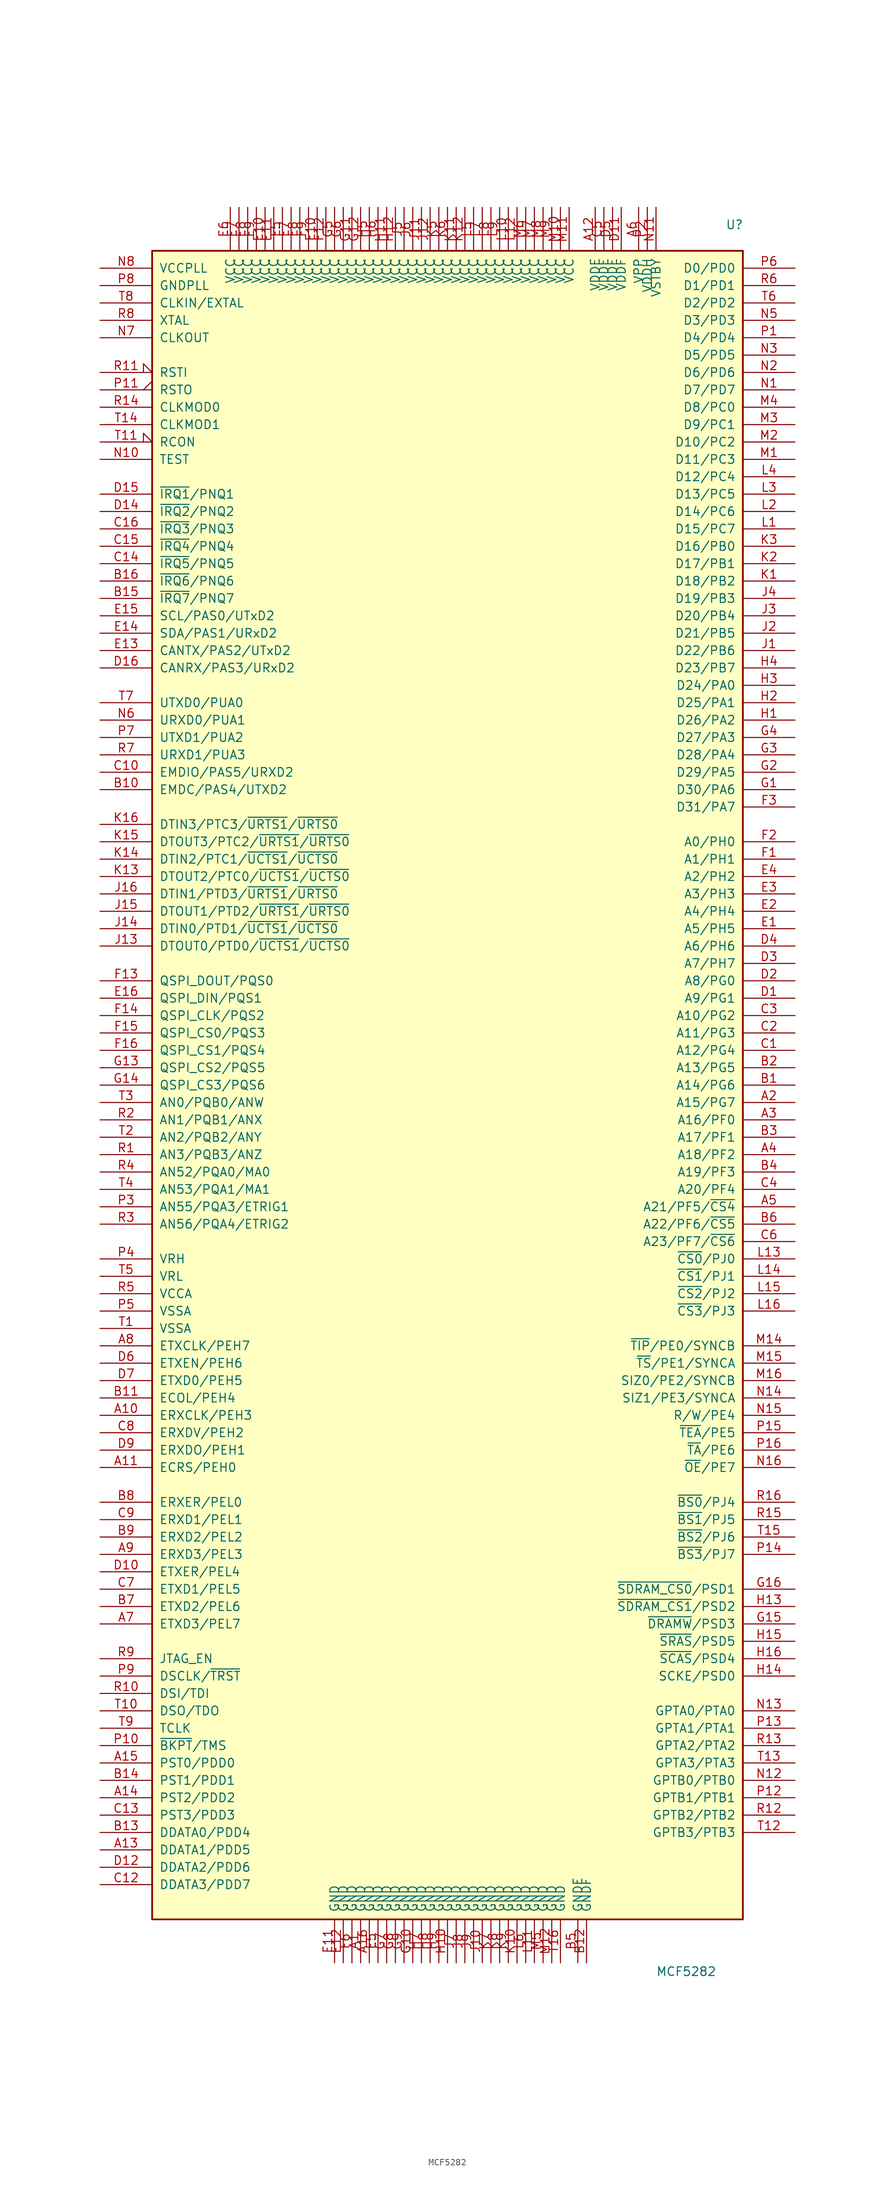
<source format=kicad_sym>
(kicad_symbol_lib
  (version 20241209)
  (generator "kicad_symbol_editor")
  (generator_version "9.0")
  (symbol "MCF5282"
    (pin_names
      (offset 1.016))
    (property "Reference" "U"
      (at 40.64 125.73 0)
      (effects (font (size 1.27 1.27)) (justify left)))
    (property "Value" "MCF5282"
      (at 30.48 -129.54 0)
      (effects (font (size 1.27 1.27)) (justify left)))
    (symbol "MCF5282_0_1"
      (rectangle (start -43.18 121.92) (end 43.18 -121.92) (stroke (width 0.254) (type default)) (fill (type background))))
    (symbol "MCF5282_1_1"
      (pin passive line (at -50.8 119.38 0) (length 7.62) (name "VCCPLL" (effects (font (size 1.27 1.27)))) (number "N8" (effects (font (size 1.27 1.27)))))
      (pin passive line (at -50.8 116.84 0) (length 7.62) (name "GNDPLL" (effects (font (size 1.27 1.27)))) (number "P8" (effects (font (size 1.27 1.27)))))
      (pin input line (at -50.8 114.3 0) (length 7.62) (name "CLKIN/EXTAL" (effects (font (size 1.27 1.27)))) (number "T8" (effects (font (size 1.27 1.27)))))
      (pin output line (at -50.8 111.76 0) (length 7.62) (name "XTAL" (effects (font (size 1.27 1.27)))) (number "R8" (effects (font (size 1.27 1.27)))))
      (pin output line (at -50.8 109.22 0) (length 7.62) (name "CLKOUT" (effects (font (size 1.27 1.27)))) (number "N7" (effects (font (size 1.27 1.27)))))
      (pin input input_low (at -50.8 104.14 0) (length 7.62) (name "RSTI" (effects (font (size 1.27 1.27)))) (number "R11" (effects (font (size 1.27 1.27)))))
      (pin output output_low (at -50.8 101.6 0) (length 7.62) (name "RSTO" (effects (font (size 1.27 1.27)))) (number "P11" (effects (font (size 1.27 1.27)))))
      (pin input line (at -50.8 99.06 0) (length 7.62) (name "CLKMOD0" (effects (font (size 1.27 1.27)))) (number "R14" (effects (font (size 1.27 1.27)))))
      (pin input line (at -50.8 96.52 0) (length 7.62) (name "CLKMOD1" (effects (font (size 1.27 1.27)))) (number "T14" (effects (font (size 1.27 1.27)))))
      (pin input input_low (at -50.8 93.98 0) (length 7.62) (name "RCON" (effects (font (size 1.27 1.27)))) (number "T11" (effects (font (size 1.27 1.27)))))
      (pin input line (at -50.8 91.44 0) (length 7.62) (name "TEST" (effects (font (size 1.27 1.27)))) (number "N10" (effects (font (size 1.27 1.27)))))
      (pin bidirectional line (at -50.8 86.36 0) (length 7.62) (name "~{IRQ1}/PNQ1" (effects (font (size 1.27 1.27)))) (number "D15" (effects (font (size 1.27 1.27)))))
      (pin bidirectional line (at -50.8 83.82 0) (length 7.62) (name "~{IRQ2}/PNQ2" (effects (font (size 1.27 1.27)))) (number "D14" (effects (font (size 1.27 1.27)))))
      (pin bidirectional line (at -50.8 81.28 0) (length 7.62) (name "~{IRQ3}/PNQ3" (effects (font (size 1.27 1.27)))) (number "C16" (effects (font (size 1.27 1.27)))))
      (pin bidirectional line (at -50.8 78.74 0) (length 7.62) (name "~{IRQ4}/PNQ4" (effects (font (size 1.27 1.27)))) (number "C15" (effects (font (size 1.27 1.27)))))
      (pin bidirectional line (at -50.8 76.2 0) (length 7.62) (name "~{IRQ5}/PNQ5" (effects (font (size 1.27 1.27)))) (number "C14" (effects (font (size 1.27 1.27)))))
      (pin bidirectional line (at -50.8 73.66 0) (length 7.62) (name "~{IRQ6}/PNQ6" (effects (font (size 1.27 1.27)))) (number "B16" (effects (font (size 1.27 1.27)))))
      (pin bidirectional line (at -50.8 71.12 0) (length 7.62) (name "~{IRQ7}/PNQ7" (effects (font (size 1.27 1.27)))) (number "B15" (effects (font (size 1.27 1.27)))))
      (pin bidirectional line (at -50.8 68.58 0) (length 7.62) (name "SCL/PAS0/UTxD2" (effects (font (size 1.27 1.27)))) (number "E15" (effects (font (size 1.27 1.27)))))
      (pin bidirectional line (at -50.8 66.04 0) (length 7.62) (name "SDA/PAS1/URxD2" (effects (font (size 1.27 1.27)))) (number "E14" (effects (font (size 1.27 1.27)))))
      (pin bidirectional line (at -50.8 63.5 0) (length 7.62) (name "CANTX/PAS2/UTxD2" (effects (font (size 1.27 1.27)))) (number "E13" (effects (font (size 1.27 1.27)))))
      (pin bidirectional line (at -50.8 60.96 0) (length 7.62) (name "CANRX/PAS3/URxD2" (effects (font (size 1.27 1.27)))) (number "D16" (effects (font (size 1.27 1.27)))))
      (pin bidirectional line (at -50.8 55.88 0) (length 7.62) (name "UTXD0/PUA0" (effects (font (size 1.27 1.27)))) (number "T7" (effects (font (size 1.27 1.27)))))
      (pin bidirectional line (at -50.8 53.34 0) (length 7.62) (name "URXD0/PUA1" (effects (font (size 1.27 1.27)))) (number "N6" (effects (font (size 1.27 1.27)))))
      (pin bidirectional line (at -50.8 50.8 0) (length 7.62) (name "UTXD1/PUA2" (effects (font (size 1.27 1.27)))) (number "P7" (effects (font (size 1.27 1.27)))))
      (pin bidirectional line (at -50.8 48.26 0) (length 7.62) (name "URXD1/PUA3" (effects (font (size 1.27 1.27)))) (number "R7" (effects (font (size 1.27 1.27)))))
      (pin bidirectional line (at -50.8 45.72 0) (length 7.62) (name "EMDIO/PAS5/URXD2" (effects (font (size 1.27 1.27)))) (number "C10" (effects (font (size 1.27 1.27)))))
      (pin input line (at -50.8 43.18 0) (length 7.62) (name "EMDC/PAS4/UTXD2" (effects (font (size 1.27 1.27)))) (number "B10" (effects (font (size 1.27 1.27)))))
      (pin bidirectional line (at -50.8 38.1 0) (length 7.62) (name "DTIN3/PTC3/~{URTS1}/~{URTS0}" (effects (font (size 1.27 1.27)))) (number "K16" (effects (font (size 1.27 1.27)))))
      (pin bidirectional line (at -50.8 35.56 0) (length 7.62) (name "DTOUT3/PTC2/~{URTS1}/~{URTS0}" (effects (font (size 1.27 1.27)))) (number "K15" (effects (font (size 1.27 1.27)))))
      (pin bidirectional line (at -50.8 33.02 0) (length 7.62) (name "DTIN2/PTC1/~{UCTS1}/~{UCTS0}" (effects (font (size 1.27 1.27)))) (number "K14" (effects (font (size 1.27 1.27)))))
      (pin bidirectional line (at -50.8 30.48 0) (length 7.62) (name "DTOUT2/PTC0/~{UCTS1}/~{UCTS0}" (effects (font (size 1.27 1.27)))) (number "K13" (effects (font (size 1.27 1.27)))))
      (pin bidirectional line (at -50.8 27.94 0) (length 7.62) (name "DTIN1/PTD3/~{URTS1}/~{URTS0}" (effects (font (size 1.27 1.27)))) (number "J16" (effects (font (size 1.27 1.27)))))
      (pin bidirectional line (at -50.8 25.4 0) (length 7.62) (name "DTOUT1/PTD2/~{URTS1}/~{URTS0}" (effects (font (size 1.27 1.27)))) (number "J15" (effects (font (size 1.27 1.27)))))
      (pin bidirectional line (at -50.8 22.86 0) (length 7.62) (name "DTIN0/PTD1/~{UCTS1}/~{UCTS0}" (effects (font (size 1.27 1.27)))) (number "J14" (effects (font (size 1.27 1.27)))))
      (pin input line (at -50.8 20.32 0) (length 7.62) (name "DTOUT0/PTD0/~{UCTS1}/~{UCTS0}" (effects (font (size 1.27 1.27)))) (number "J13" (effects (font (size 1.27 1.27)))))
      (pin bidirectional line (at -50.8 15.24 0) (length 7.62) (name "QSPI_DOUT/PQS0" (effects (font (size 1.27 1.27)))) (number "F13" (effects (font (size 1.27 1.27)))))
      (pin bidirectional line (at -50.8 12.7 0) (length 7.62) (name "QSPI_DIN/PQS1" (effects (font (size 1.27 1.27)))) (number "E16" (effects (font (size 1.27 1.27)))))
      (pin bidirectional line (at -50.8 10.16 0) (length 7.62) (name "QSPI_CLK/PQS2" (effects (font (size 1.27 1.27)))) (number "F14" (effects (font (size 1.27 1.27)))))
      (pin bidirectional line (at -50.8 7.62 0) (length 7.62) (name "QSPI_CS0/PQS3" (effects (font (size 1.27 1.27)))) (number "F15" (effects (font (size 1.27 1.27)))))
      (pin bidirectional line (at -50.8 5.08 0) (length 7.62) (name "QSPI_CS1/PQS4" (effects (font (size 1.27 1.27)))) (number "F16" (effects (font (size 1.27 1.27)))))
      (pin bidirectional line (at -50.8 2.54 0) (length 7.62) (name "QSPI_CS2/PQS5" (effects (font (size 1.27 1.27)))) (number "G13" (effects (font (size 1.27 1.27)))))
      (pin bidirectional line (at -50.8 0 0) (length 7.62) (name "QSPI_CS3/PQS6" (effects (font (size 1.27 1.27)))) (number "G14" (effects (font (size 1.27 1.27)))))
      (pin bidirectional line (at -50.8 -2.54 0) (length 7.62) (name "AN0/PQB0/ANW" (effects (font (size 1.27 1.27)))) (number "T3" (effects (font (size 1.27 1.27)))))
      (pin bidirectional line (at -50.8 -5.08 0) (length 7.62) (name "AN1/PQB1/ANX" (effects (font (size 1.27 1.27)))) (number "R2" (effects (font (size 1.27 1.27)))))
      (pin bidirectional line (at -50.8 -7.62 0) (length 7.62) (name "AN2/PQB2/ANY" (effects (font (size 1.27 1.27)))) (number "T2" (effects (font (size 1.27 1.27)))))
      (pin bidirectional line (at -50.8 -10.16 0) (length 7.62) (name "AN3/PQB3/ANZ" (effects (font (size 1.27 1.27)))) (number "R1" (effects (font (size 1.27 1.27)))))
      (pin bidirectional line (at -50.8 -12.7 0) (length 7.62) (name "AN52/PQA0/MA0" (effects (font (size 1.27 1.27)))) (number "R4" (effects (font (size 1.27 1.27)))))
      (pin bidirectional line (at -50.8 -15.24 0) (length 7.62) (name "AN53/PQA1/MA1" (effects (font (size 1.27 1.27)))) (number "T4" (effects (font (size 1.27 1.27)))))
      (pin bidirectional line (at -50.8 -17.78 0) (length 7.62) (name "AN55/PQA3/ETRIG1" (effects (font (size 1.27 1.27)))) (number "P3" (effects (font (size 1.27 1.27)))))
      (pin bidirectional line (at -50.8 -20.32 0) (length 7.62) (name "AN56/PQA4/ETRIG2" (effects (font (size 1.27 1.27)))) (number "R3" (effects (font (size 1.27 1.27)))))
      (pin input line (at -50.8 -25.4 0) (length 7.62) (name "VRH" (effects (font (size 1.27 1.27)))) (number "P4" (effects (font (size 1.27 1.27)))))
      (pin input line (at -50.8 -27.94 0) (length 7.62) (name "VRL" (effects (font (size 1.27 1.27)))) (number "T5" (effects (font (size 1.27 1.27)))))
      (pin input line (at -50.8 -30.48 0) (length 7.62) (name "VCCA" (effects (font (size 1.27 1.27)))) (number "R5" (effects (font (size 1.27 1.27)))))
      (pin input line (at -50.8 -33.02 0) (length 7.62) (name "VSSA" (effects (font (size 1.27 1.27)))) (number "P5" (effects (font (size 1.27 1.27)))))
      (pin input line (at -50.8 -35.56 0) (length 7.62) (name "VSSA" (effects (font (size 1.27 1.27)))) (number "T1" (effects (font (size 1.27 1.27)))))
      (pin bidirectional line (at -50.8 -38.1 0) (length 7.62) (name "ETXCLK/PEH7" (effects (font (size 1.27 1.27)))) (number "A8" (effects (font (size 1.27 1.27)))))
      (pin bidirectional line (at -50.8 -40.64 0) (length 7.62) (name "ETXEN/PEH6" (effects (font (size 1.27 1.27)))) (number "D6" (effects (font (size 1.27 1.27)))))
      (pin bidirectional line (at -50.8 -43.18 0) (length 7.62) (name "ETXD0/PEH5" (effects (font (size 1.27 1.27)))) (number "D7" (effects (font (size 1.27 1.27)))))
      (pin bidirectional line (at -50.8 -45.72 0) (length 7.62) (name "ECOL/PEH4" (effects (font (size 1.27 1.27)))) (number "B11" (effects (font (size 1.27 1.27)))))
      (pin bidirectional line (at -50.8 -48.26 0) (length 7.62) (name "ERXCLK/PEH3" (effects (font (size 1.27 1.27)))) (number "A10" (effects (font (size 1.27 1.27)))))
      (pin bidirectional line (at -50.8 -50.8 0) (length 7.62) (name "ERXDV/PEH2" (effects (font (size 1.27 1.27)))) (number "C8" (effects (font (size 1.27 1.27)))))
      (pin bidirectional line (at -50.8 -53.34 0) (length 7.62) (name "ERXDO/PEH1" (effects (font (size 1.27 1.27)))) (number "D9" (effects (font (size 1.27 1.27)))))
      (pin bidirectional line (at -50.8 -55.88 0) (length 7.62) (name "ECRS/PEH0" (effects (font (size 1.27 1.27)))) (number "A11" (effects (font (size 1.27 1.27)))))
      (pin bidirectional line (at -50.8 -60.96 0) (length 7.62) (name "ERXER/PEL0" (effects (font (size 1.27 1.27)))) (number "B8" (effects (font (size 1.27 1.27)))))
      (pin bidirectional line (at -50.8 -63.5 0) (length 7.62) (name "ERXD1/PEL1" (effects (font (size 1.27 1.27)))) (number "C9" (effects (font (size 1.27 1.27)))))
      (pin bidirectional line (at -50.8 -66.04 0) (length 7.62) (name "ERXD2/PEL2" (effects (font (size 1.27 1.27)))) (number "B9" (effects (font (size 1.27 1.27)))))
      (pin bidirectional line (at -50.8 -68.58 0) (length 7.62) (name "ERXD3/PEL3" (effects (font (size 1.27 1.27)))) (number "A9" (effects (font (size 1.27 1.27)))))
      (pin bidirectional line (at -50.8 -71.12 0) (length 7.62) (name "ETXER/PEL4" (effects (font (size 1.27 1.27)))) (number "D10" (effects (font (size 1.27 1.27)))))
      (pin bidirectional line (at -50.8 -73.66 0) (length 7.62) (name "ETXD1/PEL5" (effects (font (size 1.27 1.27)))) (number "C7" (effects (font (size 1.27 1.27)))))
      (pin bidirectional line (at -50.8 -76.2 0) (length 7.62) (name "ETXD2/PEL6" (effects (font (size 1.27 1.27)))) (number "B7" (effects (font (size 1.27 1.27)))))
      (pin bidirectional line (at -50.8 -78.74 0) (length 7.62) (name "ETXD3/PEL7" (effects (font (size 1.27 1.27)))) (number "A7" (effects (font (size 1.27 1.27)))))
      (pin input line (at -50.8 -83.82 0) (length 7.62) (name "JTAG_EN" (effects (font (size 1.27 1.27)))) (number "R9" (effects (font (size 1.27 1.27)))))
      (pin input line (at -50.8 -86.36 0) (length 7.62) (name "DSCLK/~{TRST}" (effects (font (size 1.27 1.27)))) (number "P9" (effects (font (size 1.27 1.27)))))
      (pin input line (at -50.8 -88.9 0) (length 7.62) (name "DSI/TDI" (effects (font (size 1.27 1.27)))) (number "R10" (effects (font (size 1.27 1.27)))))
      (pin output line (at -50.8 -91.44 0) (length 7.62) (name "DSO/TDO" (effects (font (size 1.27 1.27)))) (number "T10" (effects (font (size 1.27 1.27)))))
      (pin input line (at -50.8 -93.98 0) (length 7.62) (name "TCLK" (effects (font (size 1.27 1.27)))) (number "T9" (effects (font (size 1.27 1.27)))))
      (pin input line (at -50.8 -96.52 0) (length 7.62) (name "~{BKPT}/TMS" (effects (font (size 1.27 1.27)))) (number "P10" (effects (font (size 1.27 1.27)))))
      (pin output line (at -50.8 -99.06 0) (length 7.62) (name "PST0/PDD0" (effects (font (size 1.27 1.27)))) (number "A15" (effects (font (size 1.27 1.27)))))
      (pin output line (at -50.8 -101.6 0) (length 7.62) (name "PST1/PDD1" (effects (font (size 1.27 1.27)))) (number "B14" (effects (font (size 1.27 1.27)))))
      (pin output line (at -50.8 -104.14 0) (length 7.62) (name "PST2/PDD2" (effects (font (size 1.27 1.27)))) (number "A14" (effects (font (size 1.27 1.27)))))
      (pin output line (at -50.8 -106.68 0) (length 7.62) (name "PST3/PDD3" (effects (font (size 1.27 1.27)))) (number "C13" (effects (font (size 1.27 1.27)))))
      (pin output line (at -50.8 -109.22 0) (length 7.62) (name "DDATA0/PDD4" (effects (font (size 1.27 1.27)))) (number "B13" (effects (font (size 1.27 1.27)))))
      (pin output line (at -50.8 -111.76 0) (length 7.62) (name "DDATA1/PDD5" (effects (font (size 1.27 1.27)))) (number "A13" (effects (font (size 1.27 1.27)))))
      (pin output line (at -50.8 -114.3 0) (length 7.62) (name "DDATA2/PDD6" (effects (font (size 1.27 1.27)))) (number "D12" (effects (font (size 1.27 1.27)))))
      (pin output line (at -50.8 -116.84 0) (length 7.62) (name "DDATA3/PDD7" (effects (font (size 1.27 1.27)))) (number "C12" (effects (font (size 1.27 1.27)))))
      (pin power_in line (at -31.75 128.27 270) (length 6.35) (name "VCC" (effects (font (size 1.27 1.27)))) (number "E6" (effects (font (size 1.27 1.27)))))
      (pin power_in line (at -30.48 128.27 270) (length 6.35) (name "VCC" (effects (font (size 1.27 1.27)))) (number "E7" (effects (font (size 1.27 1.27)))))
      (pin power_in line (at -29.21 128.27 270) (length 6.35) (name "VCC" (effects (font (size 1.27 1.27)))) (number "E8" (effects (font (size 1.27 1.27)))))
      (pin power_in line (at -27.94 128.27 270) (length 6.35) (name "VCC" (effects (font (size 1.27 1.27)))) (number "E9" (effects (font (size 1.27 1.27)))))
      (pin power_in line (at -26.67 128.27 270) (length 6.35) (name "VCC" (effects (font (size 1.27 1.27)))) (number "E10" (effects (font (size 1.27 1.27)))))
      (pin power_in line (at -25.4 128.27 270) (length 6.35) (name "VCC" (effects (font (size 1.27 1.27)))) (number "E11" (effects (font (size 1.27 1.27)))))
      (pin power_in line (at -24.13 128.27 270) (length 6.35) (name "VCC" (effects (font (size 1.27 1.27)))) (number "F5" (effects (font (size 1.27 1.27)))))
      (pin power_in line (at -22.86 128.27 270) (length 6.35) (name "VCC" (effects (font (size 1.27 1.27)))) (number "F7" (effects (font (size 1.27 1.27)))))
      (pin power_in line (at -21.59 128.27 270) (length 6.35) (name "VCC" (effects (font (size 1.27 1.27)))) (number "F8" (effects (font (size 1.27 1.27)))))
      (pin power_in line (at -20.32 128.27 270) (length 6.35) (name "VCC" (effects (font (size 1.27 1.27)))) (number "F9" (effects (font (size 1.27 1.27)))))
      (pin power_in line (at -19.05 128.27 270) (length 6.35) (name "VCC" (effects (font (size 1.27 1.27)))) (number "F10" (effects (font (size 1.27 1.27)))))
      (pin power_in line (at -17.78 128.27 270) (length 6.35) (name "VCC" (effects (font (size 1.27 1.27)))) (number "F12" (effects (font (size 1.27 1.27)))))
      (pin power_in line (at -16.51 128.27 270) (length 6.35) (name "VCC" (effects (font (size 1.27 1.27)))) (number "G5" (effects (font (size 1.27 1.27)))))
      (pin power_in line (at -16.51 -128.27 90) (length 6.35) (name "GND" (effects (font (size 1.27 1.27)))) (number "F11" (effects (font (size 1.27 1.27)))))
      (pin power_in line (at -15.24 128.27 270) (length 6.35) (name "VCC" (effects (font (size 1.27 1.27)))) (number "G6" (effects (font (size 1.27 1.27)))))
      (pin power_in line (at -15.24 -128.27 90) (length 6.35) (name "GND" (effects (font (size 1.27 1.27)))) (number "E12" (effects (font (size 1.27 1.27)))))
      (pin power_in line (at -13.97 128.27 270) (length 6.35) (name "VCC" (effects (font (size 1.27 1.27)))) (number "G11" (effects (font (size 1.27 1.27)))))
      (pin power_in line (at -13.97 -128.27 90) (length 6.35) (name "GND" (effects (font (size 1.27 1.27)))) (number "F6" (effects (font (size 1.27 1.27)))))
      (pin power_in line (at -12.7 128.27 270) (length 6.35) (name "VCC" (effects (font (size 1.27 1.27)))) (number "G12" (effects (font (size 1.27 1.27)))))
      (pin power_in line (at -12.7 -128.27 90) (length 6.35) (name "GND" (effects (font (size 1.27 1.27)))) (number "A1" (effects (font (size 1.27 1.27)))))
      (pin power_in line (at -11.43 128.27 270) (length 6.35) (name "VCC" (effects (font (size 1.27 1.27)))) (number "H5" (effects (font (size 1.27 1.27)))))
      (pin power_in line (at -11.43 -128.27 90) (length 6.35) (name "GND" (effects (font (size 1.27 1.27)))) (number "A16" (effects (font (size 1.27 1.27)))))
      (pin power_in line (at -10.16 128.27 270) (length 6.35) (name "VCC" (effects (font (size 1.27 1.27)))) (number "H6" (effects (font (size 1.27 1.27)))))
      (pin power_in line (at -10.16 -128.27 90) (length 6.35) (name "GND" (effects (font (size 1.27 1.27)))) (number "E5" (effects (font (size 1.27 1.27)))))
      (pin power_in line (at -8.89 128.27 270) (length 6.35) (name "VCC" (effects (font (size 1.27 1.27)))) (number "H11" (effects (font (size 1.27 1.27)))))
      (pin power_in line (at -8.89 -128.27 90) (length 6.35) (name "GND" (effects (font (size 1.27 1.27)))) (number "G7" (effects (font (size 1.27 1.27)))))
      (pin power_in line (at -7.62 128.27 270) (length 6.35) (name "VCC" (effects (font (size 1.27 1.27)))) (number "H12" (effects (font (size 1.27 1.27)))))
      (pin power_in line (at -7.62 -128.27 90) (length 6.35) (name "GND" (effects (font (size 1.27 1.27)))) (number "G8" (effects (font (size 1.27 1.27)))))
      (pin power_in line (at -6.35 128.27 270) (length 6.35) (name "VCC" (effects (font (size 1.27 1.27)))) (number "J5" (effects (font (size 1.27 1.27)))))
      (pin power_in line (at -6.35 -128.27 90) (length 6.35) (name "GND" (effects (font (size 1.27 1.27)))) (number "G9" (effects (font (size 1.27 1.27)))))
      (pin power_in line (at -5.08 128.27 270) (length 6.35) (name "VCC" (effects (font (size 1.27 1.27)))) (number "J6" (effects (font (size 1.27 1.27)))))
      (pin power_in line (at -5.08 -128.27 90) (length 6.35) (name "GND" (effects (font (size 1.27 1.27)))) (number "G10" (effects (font (size 1.27 1.27)))))
      (pin power_in line (at -3.81 128.27 270) (length 6.35) (name "VCC" (effects (font (size 1.27 1.27)))) (number "J11" (effects (font (size 1.27 1.27)))))
      (pin power_in line (at -3.81 -128.27 90) (length 6.35) (name "GND" (effects (font (size 1.27 1.27)))) (number "H7" (effects (font (size 1.27 1.27)))))
      (pin power_in line (at -2.54 128.27 270) (length 6.35) (name "VCC" (effects (font (size 1.27 1.27)))) (number "J12" (effects (font (size 1.27 1.27)))))
      (pin power_in line (at -2.54 -128.27 90) (length 6.35) (name "GND" (effects (font (size 1.27 1.27)))) (number "H8" (effects (font (size 1.27 1.27)))))
      (pin power_in line (at -1.27 128.27 270) (length 6.35) (name "VCC" (effects (font (size 1.27 1.27)))) (number "K5" (effects (font (size 1.27 1.27)))))
      (pin power_in line (at -1.27 -128.27 90) (length 6.35) (name "GND" (effects (font (size 1.27 1.27)))) (number "H9" (effects (font (size 1.27 1.27)))))
      (pin power_in line (at 0 128.27 270) (length 6.35) (name "VCC" (effects (font (size 1.27 1.27)))) (number "K6" (effects (font (size 1.27 1.27)))))
      (pin power_in line (at 0 -128.27 90) (length 6.35) (name "GND" (effects (font (size 1.27 1.27)))) (number "H10" (effects (font (size 1.27 1.27)))))
      (pin power_in line (at 1.27 128.27 270) (length 6.35) (name "VCC" (effects (font (size 1.27 1.27)))) (number "K11" (effects (font (size 1.27 1.27)))))
      (pin power_in line (at 1.27 -128.27 90) (length 6.35) (name "GND" (effects (font (size 1.27 1.27)))) (number "J7" (effects (font (size 1.27 1.27)))))
      (pin power_in line (at 2.54 128.27 270) (length 6.35) (name "VCC" (effects (font (size 1.27 1.27)))) (number "K12" (effects (font (size 1.27 1.27)))))
      (pin power_in line (at 2.54 -128.27 90) (length 6.35) (name "GND" (effects (font (size 1.27 1.27)))) (number "J8" (effects (font (size 1.27 1.27)))))
      (pin power_in line (at 3.81 128.27 270) (length 6.35) (name "VCC" (effects (font (size 1.27 1.27)))) (number "L5" (effects (font (size 1.27 1.27)))))
      (pin power_in line (at 3.81 -128.27 90) (length 6.35) (name "GND" (effects (font (size 1.27 1.27)))) (number "J9" (effects (font (size 1.27 1.27)))))
      (pin power_in line (at 5.08 128.27 270) (length 6.35) (name "VCC" (effects (font (size 1.27 1.27)))) (number "L7" (effects (font (size 1.27 1.27)))))
      (pin power_in line (at 5.08 -128.27 90) (length 6.35) (name "GND" (effects (font (size 1.27 1.27)))) (number "J10" (effects (font (size 1.27 1.27)))))
      (pin power_in line (at 6.35 128.27 270) (length 6.35) (name "VCC" (effects (font (size 1.27 1.27)))) (number "L8" (effects (font (size 1.27 1.27)))))
      (pin power_in line (at 6.35 -128.27 90) (length 6.35) (name "GND" (effects (font (size 1.27 1.27)))) (number "K7" (effects (font (size 1.27 1.27)))))
      (pin power_in line (at 7.62 128.27 270) (length 6.35) (name "VCC" (effects (font (size 1.27 1.27)))) (number "L9" (effects (font (size 1.27 1.27)))))
      (pin power_in line (at 7.62 -128.27 90) (length 6.35) (name "GND" (effects (font (size 1.27 1.27)))) (number "K8" (effects (font (size 1.27 1.27)))))
      (pin power_in line (at 8.89 128.27 270) (length 6.35) (name "VCC" (effects (font (size 1.27 1.27)))) (number "L10" (effects (font (size 1.27 1.27)))))
      (pin power_in line (at 8.89 -128.27 90) (length 6.35) (name "GND" (effects (font (size 1.27 1.27)))) (number "K9" (effects (font (size 1.27 1.27)))))
      (pin power_in line (at 10.16 128.27 270) (length 6.35) (name "VCC" (effects (font (size 1.27 1.27)))) (number "L12" (effects (font (size 1.27 1.27)))))
      (pin power_in line (at 10.16 -128.27 90) (length 6.35) (name "GND" (effects (font (size 1.27 1.27)))) (number "K10" (effects (font (size 1.27 1.27)))))
      (pin power_in line (at 11.43 128.27 270) (length 6.35) (name "VCC" (effects (font (size 1.27 1.27)))) (number "M6" (effects (font (size 1.27 1.27)))))
      (pin power_in line (at 11.43 -128.27 90) (length 6.35) (name "GND" (effects (font (size 1.27 1.27)))) (number "L6" (effects (font (size 1.27 1.27)))))
      (pin power_in line (at 12.7 128.27 270) (length 6.35) (name "VCC" (effects (font (size 1.27 1.27)))) (number "M7" (effects (font (size 1.27 1.27)))))
      (pin power_in line (at 12.7 -128.27 90) (length 6.35) (name "GND" (effects (font (size 1.27 1.27)))) (number "L11" (effects (font (size 1.27 1.27)))))
      (pin power_in line (at 13.97 128.27 270) (length 6.35) (name "VCC" (effects (font (size 1.27 1.27)))) (number "M8" (effects (font (size 1.27 1.27)))))
      (pin power_in line (at 13.97 -128.27 90) (length 6.35) (name "GND" (effects (font (size 1.27 1.27)))) (number "M5" (effects (font (size 1.27 1.27)))))
      (pin power_in line (at 15.24 128.27 270) (length 6.35) (name "VCC" (effects (font (size 1.27 1.27)))) (number "M9" (effects (font (size 1.27 1.27)))))
      (pin power_in line (at 15.24 -128.27 90) (length 6.35) (name "GND" (effects (font (size 1.27 1.27)))) (number "M12" (effects (font (size 1.27 1.27)))))
      (pin power_in line (at 16.51 128.27 270) (length 6.35) (name "VCC" (effects (font (size 1.27 1.27)))) (number "M10" (effects (font (size 1.27 1.27)))))
      (pin power_in line (at 16.51 -128.27 90) (length 6.35) (name "GND" (effects (font (size 1.27 1.27)))) (number "T16" (effects (font (size 1.27 1.27)))))
      (pin power_in line (at 17.78 128.27 270) (length 6.35) (name "VCC" (effects (font (size 1.27 1.27)))) (number "M11" (effects (font (size 1.27 1.27)))))
      (pin passive line (at 19.05 -128.27 90) (length 6.35) (name "GNDF" (effects (font (size 1.27 1.27)))) (number "B5" (effects (font (size 1.27 1.27)))))
      (pin power_in line (at 20.32 -128.27 90) (length 6.35) (name "GNDF" (effects (font (size 1.27 1.27)))) (number "B12" (effects (font (size 1.27 1.27)))))
      (pin power_in line (at 21.59 128.27 270) (length 6.35) (name "VDDF" (effects (font (size 1.27 1.27)))) (number "A12" (effects (font (size 1.27 1.27)))))
      (pin power_in line (at 22.86 128.27 270) (length 6.35) (name "VDDF" (effects (font (size 1.27 1.27)))) (number "C5" (effects (font (size 1.27 1.27)))))
      (pin power_in line (at 24.13 128.27 270) (length 6.35) (name "VDDF" (effects (font (size 1.27 1.27)))) (number "D5" (effects (font (size 1.27 1.27)))))
      (pin power_in line (at 25.4 128.27 270) (length 6.35) (name "VDDF" (effects (font (size 1.27 1.27)))) (number "D11" (effects (font (size 1.27 1.27)))))
      (pin power_in line (at 27.94 128.27 270) (length 6.35) (name "VPP" (effects (font (size 1.27 1.27)))) (number "A6" (effects (font (size 1.27 1.27)))))
      (pin power_in line (at 29.21 128.27 270) (length 6.35) (name "VDDH" (effects (font (size 1.27 1.27)))) (number "P2" (effects (font (size 1.27 1.27)))))
      (pin power_in line (at 30.48 128.27 270) (length 6.35) (name "VSTBY" (effects (font (size 1.27 1.27)))) (number "N11" (effects (font (size 1.27 1.27)))))
      (pin bidirectional line (at 50.8 119.38 180) (length 7.62) (name "D0/PD0" (effects (font (size 1.27 1.27)))) (number "P6" (effects (font (size 1.27 1.27)))))
      (pin bidirectional line (at 50.8 116.84 180) (length 7.62) (name "D1/PD1" (effects (font (size 1.27 1.27)))) (number "R6" (effects (font (size 1.27 1.27)))))
      (pin bidirectional line (at 50.8 114.3 180) (length 7.62) (name "D2/PD2" (effects (font (size 1.27 1.27)))) (number "T6" (effects (font (size 1.27 1.27)))))
      (pin bidirectional line (at 50.8 111.76 180) (length 7.62) (name "D3/PD3" (effects (font (size 1.27 1.27)))) (number "N5" (effects (font (size 1.27 1.27)))))
      (pin bidirectional line (at 50.8 109.22 180) (length 7.62) (name "D4/PD4" (effects (font (size 1.27 1.27)))) (number "P1" (effects (font (size 1.27 1.27)))))
      (pin bidirectional line (at 50.8 106.68 180) (length 7.62) (name "D5/PD5" (effects (font (size 1.27 1.27)))) (number "N3" (effects (font (size 1.27 1.27)))))
      (pin bidirectional line (at 50.8 104.14 180) (length 7.62) (name "D6/PD6" (effects (font (size 1.27 1.27)))) (number "N2" (effects (font (size 1.27 1.27)))))
      (pin bidirectional line (at 50.8 101.6 180) (length 7.62) (name "D7/PD7" (effects (font (size 1.27 1.27)))) (number "N1" (effects (font (size 1.27 1.27)))))
      (pin bidirectional line (at 50.8 99.06 180) (length 7.62) (name "D8/PC0" (effects (font (size 1.27 1.27)))) (number "M4" (effects (font (size 1.27 1.27)))))
      (pin bidirectional line (at 50.8 96.52 180) (length 7.62) (name "D9/PC1" (effects (font (size 1.27 1.27)))) (number "M3" (effects (font (size 1.27 1.27)))))
      (pin bidirectional line (at 50.8 93.98 180) (length 7.62) (name "D10/PC2" (effects (font (size 1.27 1.27)))) (number "M2" (effects (font (size 1.27 1.27)))))
      (pin bidirectional line (at 50.8 91.44 180) (length 7.62) (name "D11/PC3" (effects (font (size 1.27 1.27)))) (number "M1" (effects (font (size 1.27 1.27)))))
      (pin bidirectional line (at 50.8 88.9 180) (length 7.62) (name "D12/PC4" (effects (font (size 1.27 1.27)))) (number "L4" (effects (font (size 1.27 1.27)))))
      (pin bidirectional line (at 50.8 86.36 180) (length 7.62) (name "D13/PC5" (effects (font (size 1.27 1.27)))) (number "L3" (effects (font (size 1.27 1.27)))))
      (pin bidirectional line (at 50.8 83.82 180) (length 7.62) (name "D14/PC6" (effects (font (size 1.27 1.27)))) (number "L2" (effects (font (size 1.27 1.27)))))
      (pin bidirectional line (at 50.8 81.28 180) (length 7.62) (name "D15/PC7" (effects (font (size 1.27 1.27)))) (number "L1" (effects (font (size 1.27 1.27)))))
      (pin bidirectional line (at 50.8 78.74 180) (length 7.62) (name "D16/PB0" (effects (font (size 1.27 1.27)))) (number "K3" (effects (font (size 1.27 1.27)))))
      (pin bidirectional line (at 50.8 76.2 180) (length 7.62) (name "D17/PB1" (effects (font (size 1.27 1.27)))) (number "K2" (effects (font (size 1.27 1.27)))))
      (pin bidirectional line (at 50.8 73.66 180) (length 7.62) (name "D18/PB2" (effects (font (size 1.27 1.27)))) (number "K1" (effects (font (size 1.27 1.27)))))
      (pin bidirectional line (at 50.8 71.12 180) (length 7.62) (name "D19/PB3" (effects (font (size 1.27 1.27)))) (number "J4" (effects (font (size 1.27 1.27)))))
      (pin bidirectional line (at 50.8 68.58 180) (length 7.62) (name "D20/PB4" (effects (font (size 1.27 1.27)))) (number "J3" (effects (font (size 1.27 1.27)))))
      (pin bidirectional line (at 50.8 66.04 180) (length 7.62) (name "D21/PB5" (effects (font (size 1.27 1.27)))) (number "J2" (effects (font (size 1.27 1.27)))))
      (pin bidirectional line (at 50.8 63.5 180) (length 7.62) (name "D22/PB6" (effects (font (size 1.27 1.27)))) (number "J1" (effects (font (size 1.27 1.27)))))
      (pin bidirectional line (at 50.8 60.96 180) (length 7.62) (name "D23/PB7" (effects (font (size 1.27 1.27)))) (number "H4" (effects (font (size 1.27 1.27)))))
      (pin bidirectional line (at 50.8 58.42 180) (length 7.62) (name "D24/PA0" (effects (font (size 1.27 1.27)))) (number "H3" (effects (font (size 1.27 1.27)))))
      (pin bidirectional line (at 50.8 55.88 180) (length 7.62) (name "D25/PA1" (effects (font (size 1.27 1.27)))) (number "H2" (effects (font (size 1.27 1.27)))))
      (pin bidirectional line (at 50.8 53.34 180) (length 7.62) (name "D26/PA2" (effects (font (size 1.27 1.27)))) (number "H1" (effects (font (size 1.27 1.27)))))
      (pin bidirectional line (at 50.8 50.8 180) (length 7.62) (name "D27/PA3" (effects (font (size 1.27 1.27)))) (number "G4" (effects (font (size 1.27 1.27)))))
      (pin bidirectional line (at 50.8 48.26 180) (length 7.62) (name "D28/PA4" (effects (font (size 1.27 1.27)))) (number "G3" (effects (font (size 1.27 1.27)))))
      (pin bidirectional line (at 50.8 45.72 180) (length 7.62) (name "D29/PA5" (effects (font (size 1.27 1.27)))) (number "G2" (effects (font (size 1.27 1.27)))))
      (pin bidirectional line (at 50.8 43.18 180) (length 7.62) (name "D30/PA6" (effects (font (size 1.27 1.27)))) (number "G1" (effects (font (size 1.27 1.27)))))
      (pin bidirectional line (at 50.8 40.64 180) (length 7.62) (name "D31/PA7" (effects (font (size 1.27 1.27)))) (number "F3" (effects (font (size 1.27 1.27)))))
      (pin bidirectional line (at 50.8 35.56 180) (length 7.62) (name "A0/PH0" (effects (font (size 1.27 1.27)))) (number "F2" (effects (font (size 1.27 1.27)))))
      (pin bidirectional line (at 50.8 33.02 180) (length 7.62) (name "A1/PH1" (effects (font (size 1.27 1.27)))) (number "F1" (effects (font (size 1.27 1.27)))))
      (pin bidirectional line (at 50.8 30.48 180) (length 7.62) (name "A2/PH2" (effects (font (size 1.27 1.27)))) (number "E4" (effects (font (size 1.27 1.27)))))
      (pin bidirectional line (at 50.8 27.94 180) (length 7.62) (name "A3/PH3" (effects (font (size 1.27 1.27)))) (number "E3" (effects (font (size 1.27 1.27)))))
      (pin bidirectional line (at 50.8 25.4 180) (length 7.62) (name "A4/PH4" (effects (font (size 1.27 1.27)))) (number "E2" (effects (font (size 1.27 1.27)))))
      (pin bidirectional line (at 50.8 22.86 180) (length 7.62) (name "A5/PH5" (effects (font (size 1.27 1.27)))) (number "E1" (effects (font (size 1.27 1.27)))))
      (pin bidirectional line (at 50.8 20.32 180) (length 7.62) (name "A6/PH6" (effects (font (size 1.27 1.27)))) (number "D4" (effects (font (size 1.27 1.27)))))
      (pin bidirectional line (at 50.8 17.78 180) (length 7.62) (name "A7/PH7" (effects (font (size 1.27 1.27)))) (number "D3" (effects (font (size 1.27 1.27)))))
      (pin bidirectional line (at 50.8 15.24 180) (length 7.62) (name "A8/PG0" (effects (font (size 1.27 1.27)))) (number "D2" (effects (font (size 1.27 1.27)))))
      (pin bidirectional line (at 50.8 12.7 180) (length 7.62) (name "A9/PG1" (effects (font (size 1.27 1.27)))) (number "D1" (effects (font (size 1.27 1.27)))))
      (pin bidirectional line (at 50.8 10.16 180) (length 7.62) (name "A10/PG2" (effects (font (size 1.27 1.27)))) (number "C3" (effects (font (size 1.27 1.27)))))
      (pin bidirectional line (at 50.8 7.62 180) (length 7.62) (name "A11/PG3" (effects (font (size 1.27 1.27)))) (number "C2" (effects (font (size 1.27 1.27)))))
      (pin bidirectional line (at 50.8 5.08 180) (length 7.62) (name "A12/PG4" (effects (font (size 1.27 1.27)))) (number "C1" (effects (font (size 1.27 1.27)))))
      (pin bidirectional line (at 50.8 2.54 180) (length 7.62) (name "A13/PG5" (effects (font (size 1.27 1.27)))) (number "B2" (effects (font (size 1.27 1.27)))))
      (pin bidirectional line (at 50.8 0 180) (length 7.62) (name "A14/PG6" (effects (font (size 1.27 1.27)))) (number "B1" (effects (font (size 1.27 1.27)))))
      (pin bidirectional line (at 50.8 -2.54 180) (length 7.62) (name "A15/PG7" (effects (font (size 1.27 1.27)))) (number "A2" (effects (font (size 1.27 1.27)))))
      (pin bidirectional line (at 50.8 -5.08 180) (length 7.62) (name "A16/PF0" (effects (font (size 1.27 1.27)))) (number "A3" (effects (font (size 1.27 1.27)))))
      (pin bidirectional line (at 50.8 -7.62 180) (length 7.62) (name "A17/PF1" (effects (font (size 1.27 1.27)))) (number "B3" (effects (font (size 1.27 1.27)))))
      (pin bidirectional line (at 50.8 -10.16 180) (length 7.62) (name "A18/PF2" (effects (font (size 1.27 1.27)))) (number "A4" (effects (font (size 1.27 1.27)))))
      (pin bidirectional line (at 50.8 -12.7 180) (length 7.62) (name "A19/PF3" (effects (font (size 1.27 1.27)))) (number "B4" (effects (font (size 1.27 1.27)))))
      (pin bidirectional line (at 50.8 -15.24 180) (length 7.62) (name "A20/PF4" (effects (font (size 1.27 1.27)))) (number "C4" (effects (font (size 1.27 1.27)))))
      (pin bidirectional line (at 50.8 -17.78 180) (length 7.62) (name "A21/PF5/~{CS4}" (effects (font (size 1.27 1.27)))) (number "A5" (effects (font (size 1.27 1.27)))))
      (pin bidirectional line (at 50.8 -20.32 180) (length 7.62) (name "A22/PF6/~{CS5}" (effects (font (size 1.27 1.27)))) (number "B6" (effects (font (size 1.27 1.27)))))
      (pin bidirectional line (at 50.8 -22.86 180) (length 7.62) (name "A23/PF7/~{CS6}" (effects (font (size 1.27 1.27)))) (number "C6" (effects (font (size 1.27 1.27)))))
      (pin bidirectional line (at 50.8 -25.4 180) (length 7.62) (name "~{CS0}/PJ0" (effects (font (size 1.27 1.27)))) (number "L13" (effects (font (size 1.27 1.27)))))
      (pin bidirectional line (at 50.8 -27.94 180) (length 7.62) (name "~{CS1}/PJ1" (effects (font (size 1.27 1.27)))) (number "L14" (effects (font (size 1.27 1.27)))))
      (pin bidirectional line (at 50.8 -30.48 180) (length 7.62) (name "~{CS2}/PJ2" (effects (font (size 1.27 1.27)))) (number "L15" (effects (font (size 1.27 1.27)))))
      (pin bidirectional line (at 50.8 -33.02 180) (length 7.62) (name "~{CS3}/PJ3" (effects (font (size 1.27 1.27)))) (number "L16" (effects (font (size 1.27 1.27)))))
      (pin bidirectional line (at 50.8 -38.1 180) (length 7.62) (name "~{TIP}/PE0/SYNCB" (effects (font (size 1.27 1.27)))) (number "M14" (effects (font (size 1.27 1.27)))))
      (pin bidirectional line (at 50.8 -40.64 180) (length 7.62) (name "~{TS}/PE1/SYNCA" (effects (font (size 1.27 1.27)))) (number "M15" (effects (font (size 1.27 1.27)))))
      (pin bidirectional line (at 50.8 -43.18 180) (length 7.62) (name "SIZ0/PE2/SYNCB" (effects (font (size 1.27 1.27)))) (number "M16" (effects (font (size 1.27 1.27)))))
      (pin bidirectional line (at 50.8 -45.72 180) (length 7.62) (name "SIZ1/PE3/SYNCA" (effects (font (size 1.27 1.27)))) (number "N14" (effects (font (size 1.27 1.27)))))
      (pin bidirectional line (at 50.8 -48.26 180) (length 7.62) (name "R/W/PE4" (effects (font (size 1.27 1.27)))) (number "N15" (effects (font (size 1.27 1.27)))))
      (pin bidirectional line (at 50.8 -50.8 180) (length 7.62) (name "~{TEA}/PE5" (effects (font (size 1.27 1.27)))) (number "P15" (effects (font (size 1.27 1.27)))))
      (pin bidirectional line (at 50.8 -53.34 180) (length 7.62) (name "~{TA}/PE6" (effects (font (size 1.27 1.27)))) (number "P16" (effects (font (size 1.27 1.27)))))
      (pin bidirectional line (at 50.8 -55.88 180) (length 7.62) (name "~{OE}/PE7" (effects (font (size 1.27 1.27)))) (number "N16" (effects (font (size 1.27 1.27)))))
      (pin bidirectional line (at 50.8 -60.96 180) (length 7.62) (name "~{BS0}/PJ4" (effects (font (size 1.27 1.27)))) (number "R16" (effects (font (size 1.27 1.27)))))
      (pin bidirectional line (at 50.8 -63.5 180) (length 7.62) (name "~{BS1}/PJ5" (effects (font (size 1.27 1.27)))) (number "R15" (effects (font (size 1.27 1.27)))))
      (pin bidirectional line (at 50.8 -66.04 180) (length 7.62) (name "~{BS2}/PJ6" (effects (font (size 1.27 1.27)))) (number "T15" (effects (font (size 1.27 1.27)))))
      (pin bidirectional line (at 50.8 -68.58 180) (length 7.62) (name "~{BS3}/PJ7" (effects (font (size 1.27 1.27)))) (number "P14" (effects (font (size 1.27 1.27)))))
      (pin bidirectional line (at 50.8 -73.66 180) (length 7.62) (name "~{SDRAM_CS0}/PSD1" (effects (font (size 1.27 1.27)))) (number "G16" (effects (font (size 1.27 1.27)))))
      (pin output line (at 50.8 -76.2 180) (length 7.62) (name "~{SDRAM_CS1}/PSD2" (effects (font (size 1.27 1.27)))) (number "H13" (effects (font (size 1.27 1.27)))))
      (pin bidirectional line (at 50.8 -78.74 180) (length 7.62) (name "~{DRAMW}/PSD3" (effects (font (size 1.27 1.27)))) (number "G15" (effects (font (size 1.27 1.27)))))
      (pin bidirectional line (at 50.8 -81.28 180) (length 7.62) (name "~{SRAS}/PSD5" (effects (font (size 1.27 1.27)))) (number "H15" (effects (font (size 1.27 1.27)))))
      (pin bidirectional line (at 50.8 -83.82 180) (length 7.62) (name "~{SCAS}/PSD4" (effects (font (size 1.27 1.27)))) (number "H16" (effects (font (size 1.27 1.27)))))
      (pin bidirectional line (at 50.8 -86.36 180) (length 7.62) (name "SCKE/PSD0" (effects (font (size 1.27 1.27)))) (number "H14" (effects (font (size 1.27 1.27)))))
      (pin bidirectional line (at 50.8 -91.44 180) (length 7.62) (name "GPTA0/PTA0" (effects (font (size 1.27 1.27)))) (number "N13" (effects (font (size 1.27 1.27)))))
      (pin bidirectional line (at 50.8 -93.98 180) (length 7.62) (name "GPTA1/PTA1" (effects (font (size 1.27 1.27)))) (number "P13" (effects (font (size 1.27 1.27)))))
      (pin bidirectional line (at 50.8 -96.52 180) (length 7.62) (name "GPTA2/PTA2" (effects (font (size 1.27 1.27)))) (number "R13" (effects (font (size 1.27 1.27)))))
      (pin bidirectional line (at 50.8 -99.06 180) (length 7.62) (name "GPTA3/PTA3" (effects (font (size 1.27 1.27)))) (number "T13" (effects (font (size 1.27 1.27)))))
      (pin bidirectional line (at 50.8 -101.6 180) (length 7.62) (name "GPTB0/PTB0" (effects (font (size 1.27 1.27)))) (number "N12" (effects (font (size 1.27 1.27)))))
      (pin bidirectional line (at 50.8 -104.14 180) (length 7.62) (name "GPTB1/PTB1" (effects (font (size 1.27 1.27)))) (number "P12" (effects (font (size 1.27 1.27)))))
      (pin bidirectional line (at 50.8 -106.68 180) (length 7.62) (name "GPTB2/PTB2" (effects (font (size 1.27 1.27)))) (number "R12" (effects (font (size 1.27 1.27)))))
      (pin bidirectional line (at 50.8 -109.22 180) (length 7.62) (name "GPTB3/PTB3" (effects (font (size 1.27 1.27)))) (number "T12" (effects (font (size 1.27 1.27))))))))
</source>
